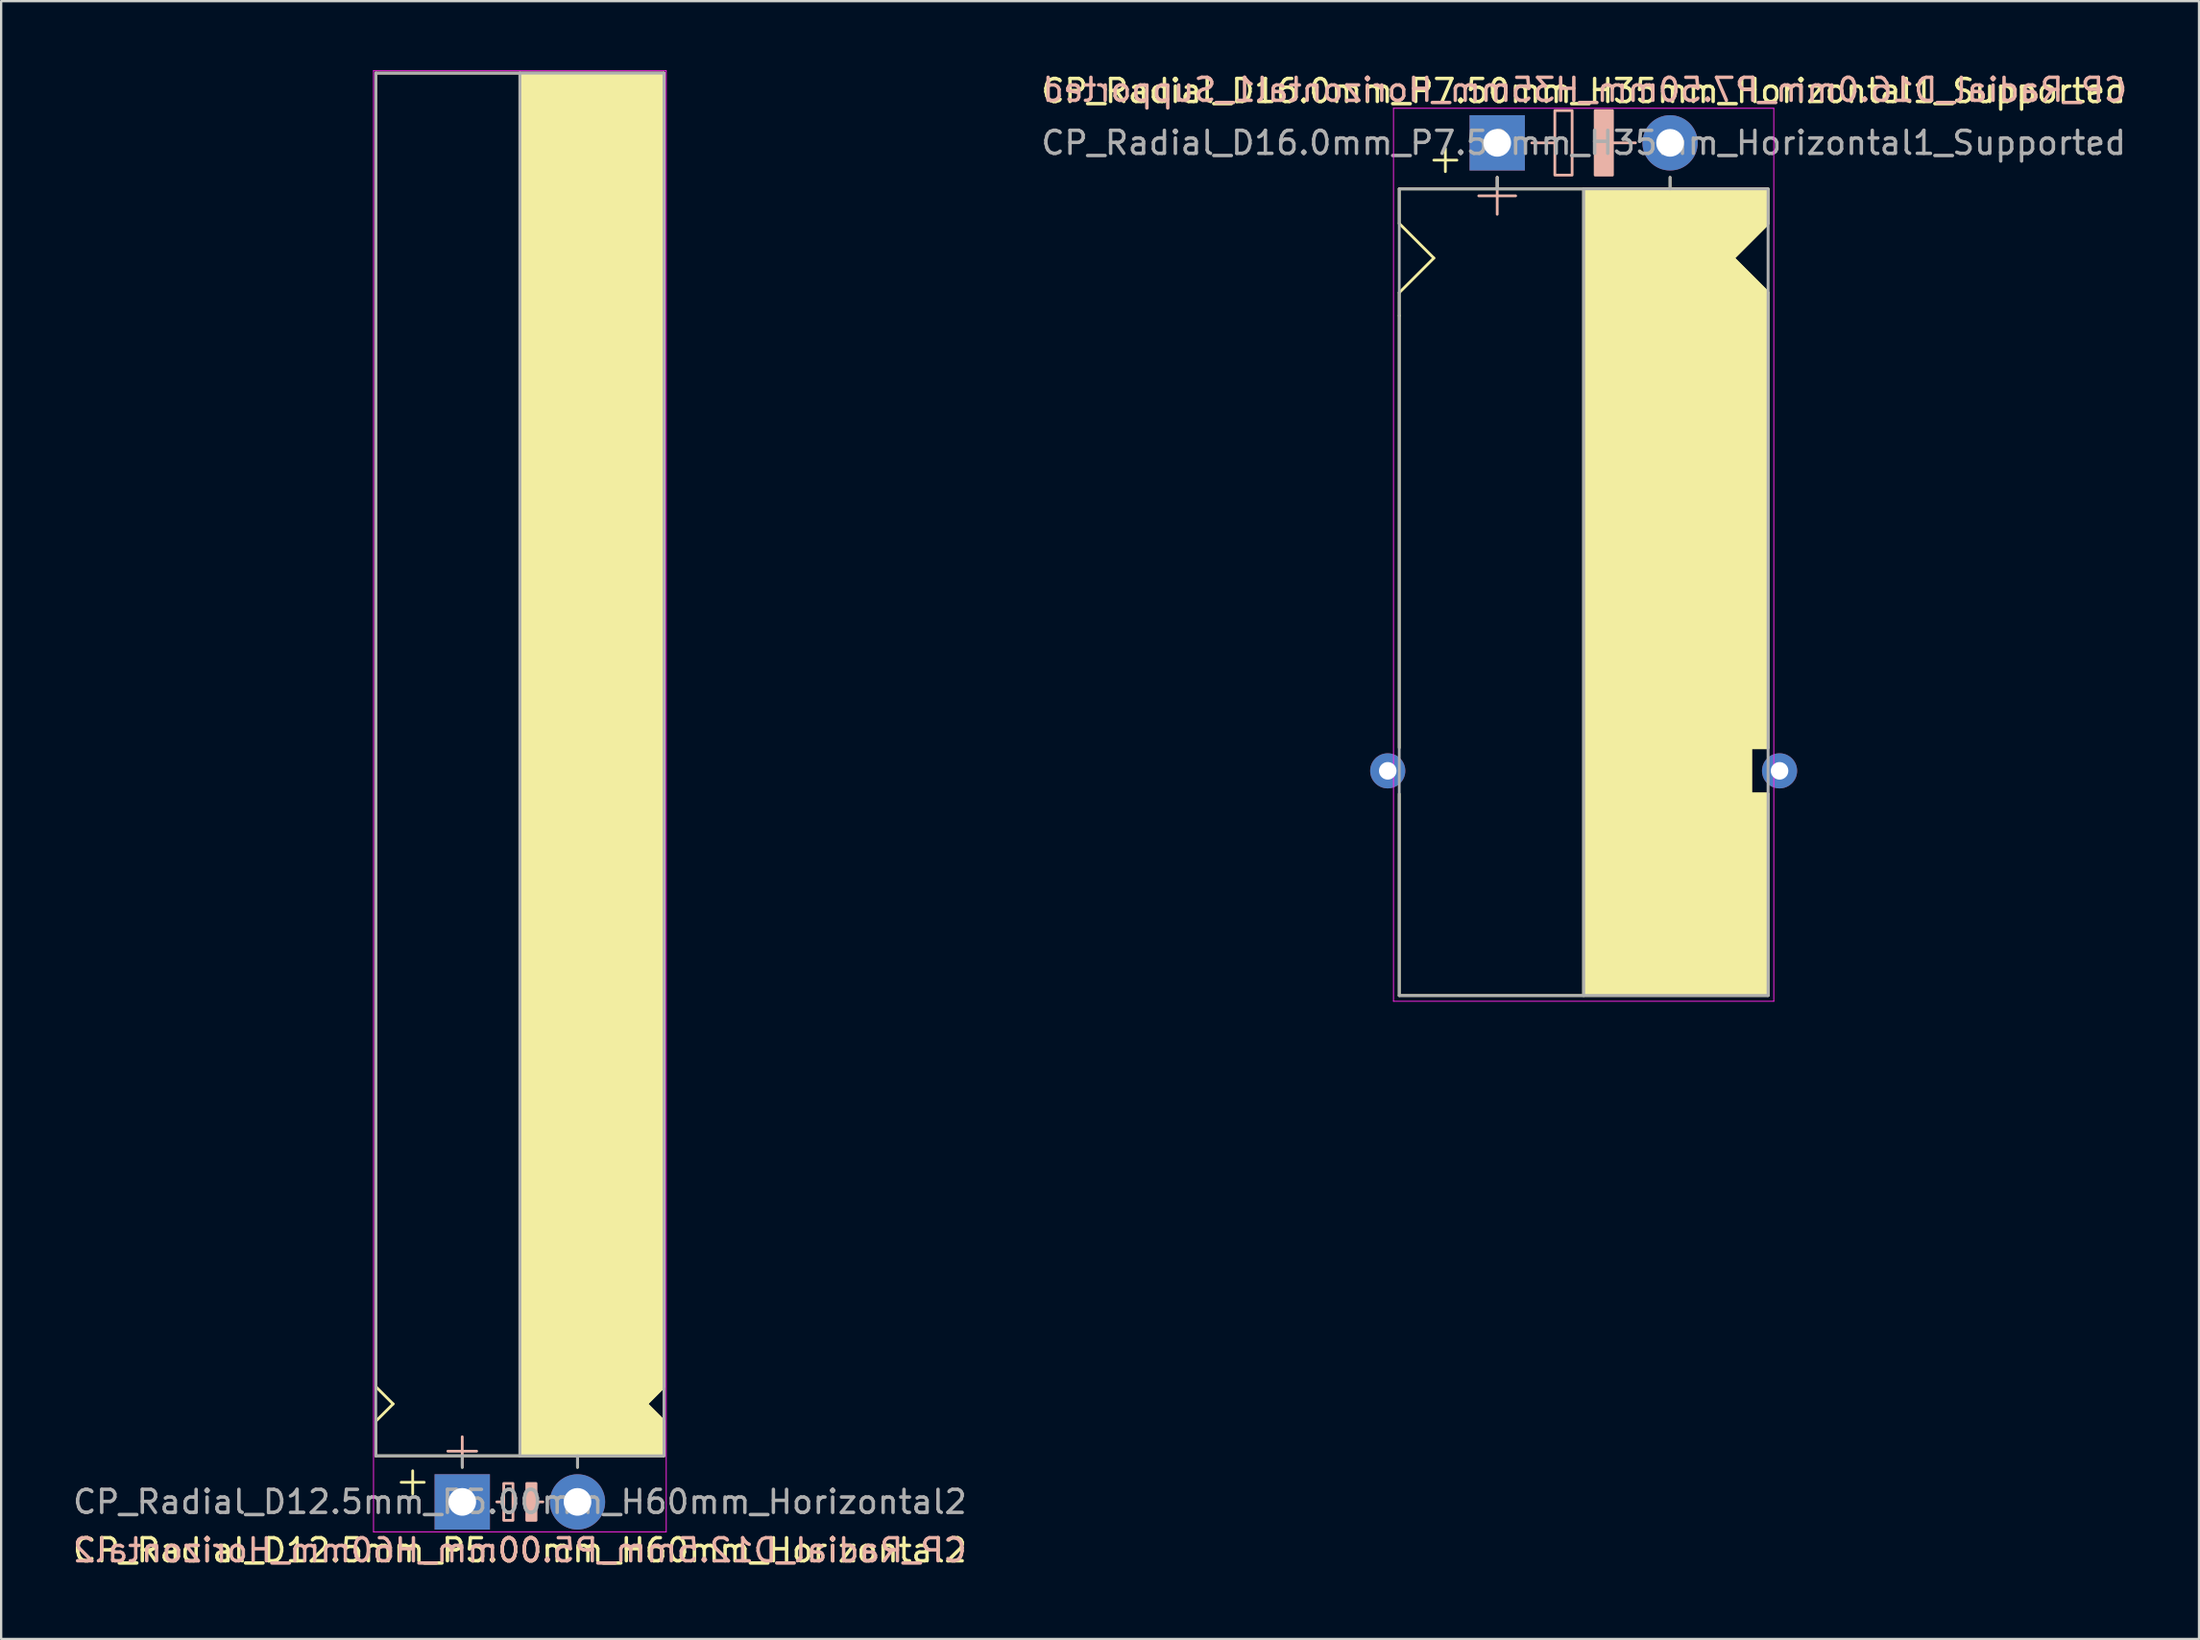
<source format=kicad_pcb>
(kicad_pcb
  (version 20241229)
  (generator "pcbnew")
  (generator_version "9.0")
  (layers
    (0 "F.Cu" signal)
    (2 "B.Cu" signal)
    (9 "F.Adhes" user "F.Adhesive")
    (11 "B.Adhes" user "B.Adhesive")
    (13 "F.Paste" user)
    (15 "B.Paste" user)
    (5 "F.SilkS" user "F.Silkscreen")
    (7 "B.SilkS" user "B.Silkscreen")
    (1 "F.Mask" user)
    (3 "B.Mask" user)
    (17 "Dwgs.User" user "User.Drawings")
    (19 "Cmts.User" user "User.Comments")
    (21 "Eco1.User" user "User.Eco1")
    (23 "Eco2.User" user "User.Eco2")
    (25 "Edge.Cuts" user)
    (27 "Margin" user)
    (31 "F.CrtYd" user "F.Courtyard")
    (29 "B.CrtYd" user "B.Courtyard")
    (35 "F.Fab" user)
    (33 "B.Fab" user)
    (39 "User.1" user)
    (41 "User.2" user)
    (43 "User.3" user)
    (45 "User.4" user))
  (footprint "CP_Radial_D16.0mm_P7.50mm_H35mm_Horizontal1_Supported"
    (layer "F.Cu")
    (at 61.911 3.148)
    (property "Reference" "CP_Radial_D16.0mm_P7.50mm_H35mm_Horizontal1_Supported" (at 3.75 -2.25 0) (layer "F.SilkS") (effects (font (size 1 1) (thickness 0.15))))
    (fp_line (start -4.25 2) (end -4.25 3.5) (stroke (width 0.12) (type solid)) (layer "F.SilkS"))
    (fp_line (start -4.25 3.5) (end -2.75 5) (stroke (width 0.12) (type solid)) (layer "F.SilkS"))
    (fp_line (start -4.25 6.5) (end -4.25 7.5) (stroke (width 0.12) (type solid)) (layer "F.SilkS"))
    (fp_line (start -4.25 7.5) (end -4.25 26.25) (stroke (width 0.12) (type solid)) (layer "F.SilkS"))
    (fp_line (start -4.25 28.25) (end -4.25 37) (stroke (width 0.12) (type solid)) (layer "F.SilkS"))
    (fp_line (start -2.75 5) (end -4.25 6.5) (stroke (width 0.12) (type solid)) (layer "F.SilkS"))
    (fp_line (start -2.25 0.25) (end -2.25 1.25) (stroke (width 0.12) (type solid)) (layer "F.SilkS"))
    (fp_line (start -1.75 0.75) (end -2.75 0.75) (stroke (width 0.12) (type solid)) (layer "F.SilkS"))
    (fp_line (start 0 1.5) (end 0 2) (stroke (width 0.12) (type solid)) (layer "F.SilkS"))
    (fp_line (start 3.75 2) (end -4.25 2) (stroke (width 0.12) (type solid)) (layer "F.SilkS"))
    (fp_line (start 3.75 2) (end 3.75 37) (stroke (width 0.12) (type solid)) (layer "F.SilkS"))
    (fp_line (start 3.75 2) (end 11.75 2) (stroke (width 0.12) (type solid)) (layer "F.SilkS"))
    (fp_line (start 7.5 1.5) (end 7.5 2) (stroke (width 0.12) (type solid)) (layer "F.SilkS"))
    (fp_line (start 10.25 5) (end 11.75 6.5) (stroke (width 0.12) (type solid)) (layer "F.SilkS"))
    (fp_line (start 11 26.25) (end 11.75 26.25) (stroke (width 0.12) (type solid)) (layer "F.SilkS"))
    (fp_line (start 11 28.25) (end 11 26.25) (stroke (width 0.12) (type solid)) (layer "F.SilkS"))
    (fp_line (start 11.75 2) (end 11.75 3.5) (stroke (width 0.12) (type solid)) (layer "F.SilkS"))
    (fp_line (start 11.75 3.5) (end 10.25 5) (stroke (width 0.12) (type solid)) (layer "F.SilkS"))
    (fp_line (start 11.75 26.25) (end 11.75 6.5) (stroke (width 0.12) (type solid)) (layer "F.SilkS"))
    (fp_line (start 11.75 28.25) (end 11 28.25) (stroke (width 0.12) (type solid)) (layer "F.SilkS"))
    (fp_line (start 11.75 37) (end -4.25 37) (stroke (width 0.12) (type solid)) (layer "F.SilkS"))
    (fp_line (start 11.75 37) (end 11.75 28.25) (stroke (width 0.12) (type solid)) (layer "F.SilkS"))
    (fp_poly (pts (xy 11.75 3.5) (xy 10.25 5) (xy 11.75 6.5) (xy 11.75 26.25) (xy 11 26.25) (xy 11 28.25) (xy 11.75 28.25) (xy 11.75 37) (xy 3.75 37) (xy 3.75 2) (xy 11.75 2)) (stroke (width 0.1) (type solid)) (fill yes) (layer "F.SilkS"))
    (fp_line (start 0 1.5) (end 0 3.1) (stroke (width 0.12) (type solid)) (layer "B.SilkS"))
    (fp_line (start 0.8 2.3) (end -0.8 2.3) (stroke (width 0.12) (type solid)) (layer "B.SilkS"))
    (fp_line (start 2.5 0) (end 1.5 0) (stroke (width 0.12) (type solid)) (layer "B.SilkS"))
    (fp_line (start 6 0) (end 5 0) (stroke (width 0.12) (type solid)) (layer "B.SilkS"))
    (fp_rect (start 2.5 -1.4) (end 3.25 1.4) (stroke (width 0.12) (type solid)) (fill no) (layer "B.SilkS"))
    (fp_rect (start 4.25 -1.4) (end 5 1.4) (stroke (width 0.12) (type solid)) (fill yes) (layer "B.SilkS"))
    (fp_line (start -4.5 -1.5) (end 12 -1.5) (stroke (width 0.04) (type solid)) (layer "F.CrtYd"))
    (fp_line (start -4.5 37.25) (end -4.5 -1.5) (stroke (width 0.04) (type solid)) (layer "F.CrtYd"))
    (fp_line (start 12 -1.5) (end 12 37.25) (stroke (width 0.04) (type solid)) (layer "F.CrtYd"))
    (fp_line (start 12 37.25) (end -4.5 37.25) (stroke (width 0.04) (type solid)) (layer "F.CrtYd"))
    (fp_line (start -4.25 2) (end -4.25 37) (stroke (width 0.12) (type solid)) (layer "F.Fab"))
    (fp_line (start -4.25 37) (end 11.75 37) (stroke (width 0.12) (type solid)) (layer "F.Fab"))
    (fp_line (start 0 1.5) (end 0 2) (stroke (width 0.12) (type solid)) (layer "F.Fab"))
    (fp_line (start 0 2) (end -4.25 2) (stroke (width 0.12) (type solid)) (layer "F.Fab"))
    (fp_line (start 3.75 2) (end 3.75 37) (stroke (width 0.12) (type solid)) (layer "F.Fab"))
    (fp_line (start 7.5 1.5) (end 7.5 2) (stroke (width 0.12) (type solid)) (layer "F.Fab"))
    (fp_line (start 11.75 2) (end 0 2) (stroke (width 0.12) (type solid)) (layer "F.Fab"))
    (fp_line (start 11.75 37) (end 11.75 2) (stroke (width 0.12) (type solid)) (layer "F.Fab"))
    (fp_poly (pts (xy 11.75 37) (xy 3.75 37) (xy 3.75 2) (xy 11.75 2)) (stroke (width 0.1) (type solid)) (fill no) (layer "F.Fab"))
    (fp_text user "${REFERENCE}" (at 3.8 -2.3 0) (layer "B.SilkS") (effects (font (size 1 1) (thickness 0.15)) (justify mirror)))
    (fp_text user "${REFERENCE}" (at 3.75 0 0) (layer "F.Fab") (effects (font (size 1 1) (thickness 0.15))))
    (pad "1" thru_hole rect (at 0 0) (size 2.4 2.4) (drill 1.2) (layers "*.Cu" "*.Mask"))
    (pad "2" thru_hole circle (at 7.5 0) (size 2.4 2.4) (drill 1.2) (layers "*.Cu" "*.Mask"))
    (pad "~" thru_hole circle (at -4.75 27.25) (size 1.524 1.524) (drill 0.762) (layers "*.Cu" "*.Mask"))
    (pad "~" thru_hole circle (at 12.25 27.25) (size 1.524 1.524) (drill 0.762) (layers "*.Cu" "*.Mask")))
  (footprint "CP_Radial_D12.5mm_P5.00mm_H60mm_Horizontal2"
    (layer "F.Cu")
    (at 17.006 62.12)
    (property "Reference" "CP_Radial_D12.5mm_P5.00mm_H60mm_Horizontal2" (at 2.5 2.1 180) (layer "F.SilkS") (effects (font (size 1 1) (thickness 0.15))))
    (fp_line (start -3.75 -5) (end -3.75 -62) (stroke (width 0.12) (type solid)) (layer "F.SilkS"))
    (fp_line (start -3.75 -3.5) (end -3 -4.25) (stroke (width 0.12) (type solid)) (layer "F.SilkS"))
    (fp_line (start -3.75 -2) (end -3.75 -3.5) (stroke (width 0.12) (type solid)) (layer "F.SilkS"))
    (fp_line (start -3 -4.25) (end -3.75 -5) (stroke (width 0.12) (type solid)) (layer "F.SilkS"))
    (fp_line (start -2.15 -1.35) (end -2.15 -0.35) (stroke (width 0.12) (type solid)) (layer "F.SilkS"))
    (fp_line (start -1.65 -0.85) (end -2.65 -0.85) (stroke (width 0.12) (type solid)) (layer "F.SilkS"))
    (fp_line (start 0 -1.5) (end 0 -2) (stroke (width 0.12) (type solid)) (layer "F.SilkS"))
    (fp_line (start 2.5 -2) (end -3.75 -2) (stroke (width 0.12) (type solid)) (layer "F.SilkS"))
    (fp_line (start 2.5 -2) (end 2.5 -62) (stroke (width 0.12) (type solid)) (layer "F.SilkS"))
    (fp_line (start 2.5 -2) (end 8.75 -2) (stroke (width 0.12) (type solid)) (layer "F.SilkS"))
    (fp_line (start 5 -1.5) (end 5 -2) (stroke (width 0.12) (type solid)) (layer "F.SilkS"))
    (fp_line (start 8 -4.25) (end 8.75 -5) (stroke (width 0.12) (type solid)) (layer "F.SilkS"))
    (fp_line (start 8.75 -62) (end -3.75 -62) (stroke (width 0.12) (type solid)) (layer "F.SilkS"))
    (fp_line (start 8.75 -5) (end 8.75 -62) (stroke (width 0.12) (type solid)) (layer "F.SilkS"))
    (fp_line (start 8.75 -3.5) (end 8 -4.25) (stroke (width 0.12) (type solid)) (layer "F.SilkS"))
    (fp_line (start 8.75 -2) (end 8.75 -3.5) (stroke (width 0.12) (type solid)) (layer "F.SilkS"))
    (fp_poly (pts (xy 8.75 -3.5) (xy 8 -4.25) (xy 8.75 -5) (xy 8.75 -62) (xy 2.5 -62) (xy 2.5 -2) (xy 8.75 -2)) (stroke (width 0.1) (type solid)) (fill yes) (layer "F.SilkS"))
    (fp_line (start 0 -2.825) (end 0 -1.575) (stroke (width 0.12) (type solid)) (layer "B.SilkS"))
    (fp_line (start 0.625 -2.2) (end -0.625 -2.2) (stroke (width 0.12) (type solid)) (layer "B.SilkS"))
    (fp_line (start 1.8 0) (end 1.5 0) (stroke (width 0.12) (type solid)) (layer "B.SilkS"))
    (fp_line (start 3.5 0) (end 3.2 0) (stroke (width 0.12) (type solid)) (layer "B.SilkS"))
    (fp_rect (start 2.2 -0.8) (end 1.8 0.8) (stroke (width 0.12) (type solid)) (fill no) (layer "B.SilkS"))
    (fp_rect (start 3.2 -0.8) (end 2.8 0.8) (stroke (width 0.12) (type solid)) (fill yes) (layer "B.SilkS"))
    (fp_line (start -3.85 -62.1) (end -3.85 1.3) (stroke (width 0.04) (type solid)) (layer "F.CrtYd"))
    (fp_line (start 8.85 -62.1) (end -3.85 -62.1) (stroke (width 0.04) (type solid)) (layer "F.CrtYd"))
    (fp_line (start 8.85 1.3) (end -3.85 1.3) (stroke (width 0.04) (type solid)) (layer "F.CrtYd"))
    (fp_line (start 8.85 1.3) (end 8.85 -62.1) (stroke (width 0.04) (type solid)) (layer "F.CrtYd"))
    (fp_line (start -3.75 -62) (end 8.75 -62) (stroke (width 0.12) (type solid)) (layer "F.Fab"))
    (fp_line (start -3.75 -2) (end -3.75 -62) (stroke (width 0.12) (type solid)) (layer "F.Fab"))
    (fp_line (start 0 -2) (end -3.75 -2) (stroke (width 0.12) (type solid)) (layer "F.Fab"))
    (fp_line (start 0 -1.5) (end 0 -2) (stroke (width 0.12) (type solid)) (layer "F.Fab"))
    (fp_line (start 2.5 -2) (end 2.5 -62) (stroke (width 0.12) (type solid)) (layer "F.Fab"))
    (fp_line (start 5 -2) (end 5 -1.5) (stroke (width 0.12) (type solid)) (layer "F.Fab"))
    (fp_line (start 8.75 -62) (end 8.75 -2) (stroke (width 0.12) (type solid)) (layer "F.Fab"))
    (fp_line (start 8.75 -2) (end 0 -2) (stroke (width 0.12) (type solid)) (layer "F.Fab"))
    (fp_poly (pts (xy 8.75 -62) (xy 2.5 -62) (xy 2.5 -2) (xy 8.75 -2)) (stroke (width 0.1) (type solid)) (fill no) (layer "F.Fab"))
    (fp_text user "${REFERENCE}" (at 2.5 2.1 0) (layer "B.SilkS") (effects (font (size 1 1) (thickness 0.15)) (justify mirror)))
    (fp_text user "${REFERENCE}" (at 2.5 0 0) (layer "F.Fab") (effects (font (size 1 1) (thickness 0.15))))
    (pad "1" thru_hole rect (at 0 0) (size 2.4 2.4) (drill 1.2) (layers "*.Cu" "*.Mask"))
    (pad "2" thru_hole circle (at 5 0) (size 2.4 2.4) (drill 1.2) (layers "*.Cu" "*.Mask")))
  (gr_rect
    (start -3 -3)
    (end 92.36 68.068)
    (stroke (width 0.1) (type default))
    (fill no)
    (layer "Edge.Cuts")))
</source>
